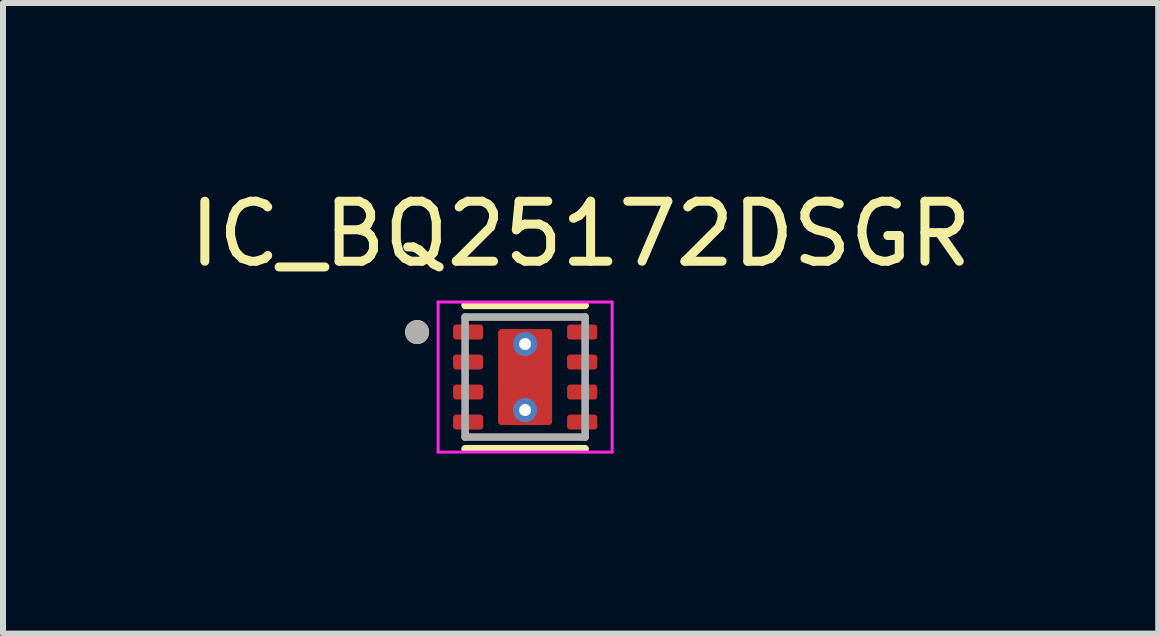
<source format=kicad_pcb>
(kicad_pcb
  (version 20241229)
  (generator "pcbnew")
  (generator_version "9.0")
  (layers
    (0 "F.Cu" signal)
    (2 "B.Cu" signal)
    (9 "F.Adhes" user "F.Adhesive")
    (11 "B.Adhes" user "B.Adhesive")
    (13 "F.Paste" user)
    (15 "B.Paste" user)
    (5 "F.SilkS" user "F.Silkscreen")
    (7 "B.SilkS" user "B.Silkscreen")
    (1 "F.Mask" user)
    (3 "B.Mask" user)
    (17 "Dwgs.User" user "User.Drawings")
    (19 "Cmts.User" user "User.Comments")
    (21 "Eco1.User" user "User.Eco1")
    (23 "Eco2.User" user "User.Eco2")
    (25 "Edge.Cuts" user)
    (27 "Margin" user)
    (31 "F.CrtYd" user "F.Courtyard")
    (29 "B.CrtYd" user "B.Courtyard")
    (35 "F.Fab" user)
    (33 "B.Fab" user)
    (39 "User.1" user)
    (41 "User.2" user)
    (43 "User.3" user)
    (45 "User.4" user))
  (footprint "IC_BQ25172DSGR"
    (layer "F.Cu")
    (at 5.7 3.233)
    (property "Reference" "IC_BQ25172DSGR" (at 0.925 -2.385 0) (layer "F.SilkS") (effects (font (size 1 1) (thickness 0.15))))
    (attr smd)
    (fp_line (start -1 -1.195) (end 1 -1.195) (stroke (width 0.127) (type solid)) (layer "F.SilkS"))
    (fp_line (start -1 1.195) (end 1 1.195) (stroke (width 0.127) (type solid)) (layer "F.SilkS"))
    (fp_circle (center -1.8 -0.75) (end -1.7 -0.75) (stroke (width 0.2) (type solid)) (fill no) (layer "F.SilkS"))
    (fp_poly (pts (xy 0.45 -0.75) (xy 0.45 -0.15) (xy 0.45 -0.147) (xy 0.45 -0.145) (xy 0.449 -0.142) (xy 0.449 -0.14) (xy 0.448 -0.137) (xy 0.448 -0.135) (xy 0.447 -0.132) (xy 0.446 -0.13) (xy 0.445 -0.127) (xy 0.443 -0.125) (xy 0.442 -0.123) (xy 0.44 -0.121) (xy 0.439 -0.119) (xy 0.437 -0.117) (xy 0.435 -0.115) (xy 0.433 -0.113) (xy 0.431 -0.111) (xy 0.429 -0.11) (xy 0.427 -0.108) (xy 0.425 -0.107) (xy 0.423 -0.105) (xy 0.42 -0.104) (xy 0.418 -0.103) (xy 0.415 -0.102) (xy 0.413 -0.102) (xy 0.41 -0.101) (xy 0.408 -0.101) (xy 0.405 -0.1) (xy 0.403 -0.1) (xy 0.4 -0.1) (xy -0.4 -0.1) (xy -0.403 -0.1) (xy -0.405 -0.1) (xy -0.408 -0.101) (xy -0.41 -0.101) (xy -0.413 -0.102) (xy -0.415 -0.102) (xy -0.418 -0.103) (xy -0.42 -0.104) (xy -0.423 -0.105) (xy -0.425 -0.107) (xy -0.427 -0.108) (xy -0.429 -0.11) (xy -0.431 -0.111) (xy -0.433 -0.113) (xy -0.435 -0.115) (xy -0.437 -0.117) (xy -0.439 -0.119) (xy -0.44 -0.121) (xy -0.442 -0.123) (xy -0.443 -0.125) (xy -0.445 -0.127) (xy -0.446 -0.13) (xy -0.447 -0.132) (xy -0.448 -0.135) (xy -0.448 -0.137) (xy -0.449 -0.14) (xy -0.449 -0.142) (xy -0.45 -0.145) (xy -0.45 -0.147) (xy -0.45 -0.15) (xy -0.45 -0.75) (xy -0.45 -0.753) (xy -0.45 -0.755) (xy -0.449 -0.758) (xy -0.449 -0.76) (xy -0.448 -0.763) (xy -0.448 -0.765) (xy -0.447 -0.768) (xy -0.446 -0.77) (xy -0.445 -0.773) (xy -0.443 -0.775) (xy -0.442 -0.777) (xy -0.44 -0.779) (xy -0.439 -0.781) (xy -0.437 -0.783) (xy -0.435 -0.785) (xy -0.433 -0.787) (xy -0.431 -0.789) (xy -0.429 -0.79) (xy -0.427 -0.792) (xy -0.425 -0.793) (xy -0.423 -0.795) (xy -0.42 -0.796) (xy -0.418 -0.797) (xy -0.415 -0.798) (xy -0.413 -0.798) (xy -0.41 -0.799) (xy -0.408 -0.799) (xy -0.405 -0.8) (xy -0.403 -0.8) (xy -0.4 -0.8) (xy 0.4 -0.8) (xy 0.403 -0.8) (xy 0.405 -0.8) (xy 0.408 -0.799) (xy 0.41 -0.799) (xy 0.413 -0.798) (xy 0.415 -0.798) (xy 0.418 -0.797) (xy 0.42 -0.796) (xy 0.423 -0.795) (xy 0.425 -0.793) (xy 0.427 -0.792) (xy 0.429 -0.79) (xy 0.431 -0.789) (xy 0.433 -0.787) (xy 0.435 -0.785) (xy 0.437 -0.783) (xy 0.439 -0.781) (xy 0.44 -0.779) (xy 0.442 -0.777) (xy 0.443 -0.775) (xy 0.445 -0.773) (xy 0.446 -0.77) (xy 0.447 -0.768) (xy 0.448 -0.765) (xy 0.448 -0.763) (xy 0.449 -0.76) (xy 0.449 -0.758) (xy 0.45 -0.755) (xy 0.45 -0.753) (xy 0.45 -0.75)) (stroke (width 0.01) (type solid)) (fill yes) (layer "F.Paste"))
    (fp_poly (pts (xy 0.45 0.15) (xy 0.45 0.75) (xy 0.45 0.753) (xy 0.45 0.755) (xy 0.449 0.758) (xy 0.449 0.76) (xy 0.448 0.763) (xy 0.448 0.765) (xy 0.447 0.768) (xy 0.446 0.77) (xy 0.445 0.773) (xy 0.443 0.775) (xy 0.442 0.777) (xy 0.44 0.779) (xy 0.439 0.781) (xy 0.437 0.783) (xy 0.435 0.785) (xy 0.433 0.787) (xy 0.431 0.789) (xy 0.429 0.79) (xy 0.427 0.792) (xy 0.425 0.793) (xy 0.423 0.795) (xy 0.42 0.796) (xy 0.418 0.797) (xy 0.415 0.798) (xy 0.413 0.798) (xy 0.41 0.799) (xy 0.408 0.799) (xy 0.405 0.8) (xy 0.403 0.8) (xy 0.4 0.8) (xy -0.4 0.8) (xy -0.403 0.8) (xy -0.405 0.8) (xy -0.408 0.799) (xy -0.41 0.799) (xy -0.413 0.798) (xy -0.415 0.798) (xy -0.418 0.797) (xy -0.42 0.796) (xy -0.423 0.795) (xy -0.425 0.793) (xy -0.427 0.792) (xy -0.429 0.79) (xy -0.431 0.789) (xy -0.433 0.787) (xy -0.435 0.785) (xy -0.437 0.783) (xy -0.439 0.781) (xy -0.44 0.779) (xy -0.442 0.777) (xy -0.443 0.775) (xy -0.445 0.773) (xy -0.446 0.77) (xy -0.447 0.768) (xy -0.448 0.765) (xy -0.448 0.763) (xy -0.449 0.76) (xy -0.449 0.758) (xy -0.45 0.755) (xy -0.45 0.753) (xy -0.45 0.75) (xy -0.45 0.15) (xy -0.45 0.147) (xy -0.45 0.145) (xy -0.449 0.142) (xy -0.449 0.14) (xy -0.448 0.137) (xy -0.448 0.135) (xy -0.447 0.132) (xy -0.446 0.13) (xy -0.445 0.127) (xy -0.443 0.125) (xy -0.442 0.123) (xy -0.44 0.121) (xy -0.439 0.119) (xy -0.437 0.117) (xy -0.435 0.115) (xy -0.433 0.113) (xy -0.431 0.111) (xy -0.429 0.11) (xy -0.427 0.108) (xy -0.425 0.107) (xy -0.423 0.105) (xy -0.42 0.104) (xy -0.418 0.103) (xy -0.415 0.102) (xy -0.413 0.102) (xy -0.41 0.101) (xy -0.408 0.101) (xy -0.405 0.1) (xy -0.403 0.1) (xy -0.4 0.1) (xy 0.4 0.1) (xy 0.403 0.1) (xy 0.405 0.1) (xy 0.408 0.101) (xy 0.41 0.101) (xy 0.413 0.102) (xy 0.415 0.102) (xy 0.418 0.103) (xy 0.42 0.104) (xy 0.423 0.105) (xy 0.425 0.107) (xy 0.427 0.108) (xy 0.429 0.11) (xy 0.431 0.111) (xy 0.433 0.113) (xy 0.435 0.115) (xy 0.437 0.117) (xy 0.439 0.119) (xy 0.44 0.121) (xy 0.442 0.123) (xy 0.443 0.125) (xy 0.445 0.127) (xy 0.446 0.13) (xy 0.447 0.132) (xy 0.448 0.135) (xy 0.448 0.137) (xy 0.449 0.14) (xy 0.449 0.142) (xy 0.45 0.145) (xy 0.45 0.147) (xy 0.45 0.15)) (stroke (width 0.01) (type solid)) (fill yes) (layer "F.Paste"))
    (fp_line (start -1.45 -1.25) (end -1.45 1.25) (stroke (width 0.05) (type solid)) (layer "F.CrtYd"))
    (fp_line (start -1.45 -1.25) (end 1.45 -1.25) (stroke (width 0.05) (type solid)) (layer "F.CrtYd"))
    (fp_line (start -1.45 1.25) (end 1.45 1.25) (stroke (width 0.05) (type solid)) (layer "F.CrtYd"))
    (fp_line (start 1.45 -1.25) (end 1.45 1.25) (stroke (width 0.05) (type solid)) (layer "F.CrtYd"))
    (fp_line (start -1 -1) (end -1 1) (stroke (width 0.127) (type solid)) (layer "F.Fab"))
    (fp_line (start -1 -1) (end 1 -1) (stroke (width 0.127) (type solid)) (layer "F.Fab"))
    (fp_line (start -1 1) (end 1 1) (stroke (width 0.127) (type solid)) (layer "F.Fab"))
    (fp_line (start 1 -1) (end 1 1) (stroke (width 0.127) (type solid)) (layer "F.Fab"))
    (fp_circle (center -1.8 -0.75) (end -1.7 -0.75) (stroke (width 0.2) (type solid)) (fill no) (layer "F.Fab"))
    (pad "1" smd roundrect (at -0.95 -0.75) (size 0.5 0.25) (layers "F.Cu" "F.Mask" "F.Paste") (roundrect_rratio 0.2))
    (pad "2" smd roundrect (at -0.95 -0.25) (size 0.5 0.25) (layers "F.Cu" "F.Mask" "F.Paste") (roundrect_rratio 0.2))
    (pad "3" smd roundrect (at -0.95 0.25) (size 0.5 0.25) (layers "F.Cu" "F.Mask" "F.Paste") (roundrect_rratio 0.2))
    (pad "4" smd roundrect (at -0.95 0.75) (size 0.5 0.25) (layers "F.Cu" "F.Mask" "F.Paste") (roundrect_rratio 0.2))
    (pad "5" smd roundrect (at 0.95 0.75) (size 0.5 0.25) (layers "F.Cu" "F.Mask" "F.Paste") (roundrect_rratio 0.2))
    (pad "6" smd roundrect (at 0.95 0.25) (size 0.5 0.25) (layers "F.Cu" "F.Mask" "F.Paste") (roundrect_rratio 0.2))
    (pad "7" smd roundrect (at 0.95 -0.25) (size 0.5 0.25) (layers "F.Cu" "F.Mask" "F.Paste") (roundrect_rratio 0.2))
    (pad "8" smd roundrect (at 0.95 -0.75) (size 0.5 0.25) (layers "F.Cu" "F.Mask" "F.Paste") (roundrect_rratio 0.2))
    (pad "9" smd roundrect (at 0 0) (size 0.9 1.6) (layers "F.Cu" "F.Mask") (roundrect_rratio 0.06))
    (pad "10" thru_hole circle (at 0 -0.55) (size 0.4 0.4) (drill 0.2) (layers "*.Cu"))
    (pad "11" thru_hole circle (at 0 0.55) (size 0.4 0.4) (drill 0.2) (layers "*.Cu")))
  (gr_rect
    (start -3 -3)
    (end 16.25 7.508)
    (stroke (width 0.1) (type default))
    (fill no)
    (layer "Edge.Cuts")))
</source>
